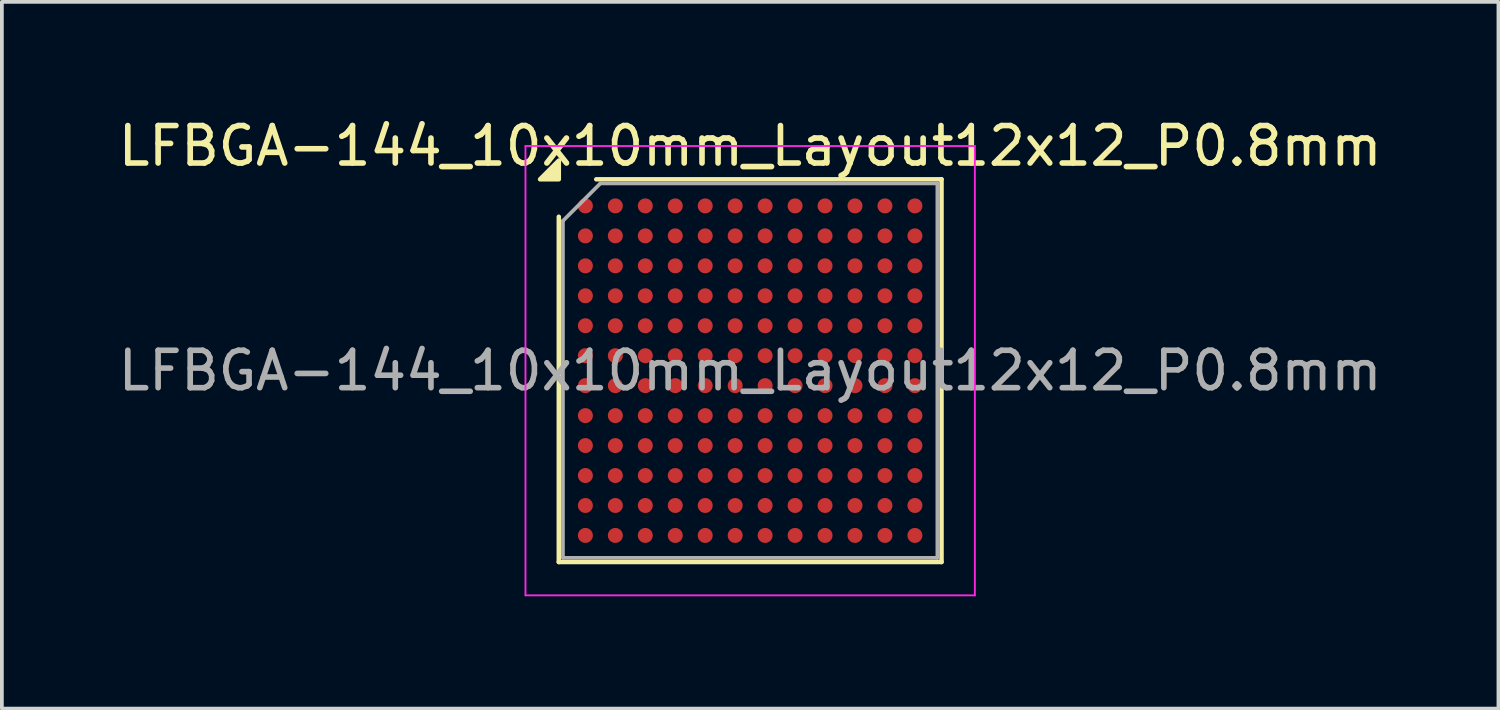
<source format=kicad_pcb>
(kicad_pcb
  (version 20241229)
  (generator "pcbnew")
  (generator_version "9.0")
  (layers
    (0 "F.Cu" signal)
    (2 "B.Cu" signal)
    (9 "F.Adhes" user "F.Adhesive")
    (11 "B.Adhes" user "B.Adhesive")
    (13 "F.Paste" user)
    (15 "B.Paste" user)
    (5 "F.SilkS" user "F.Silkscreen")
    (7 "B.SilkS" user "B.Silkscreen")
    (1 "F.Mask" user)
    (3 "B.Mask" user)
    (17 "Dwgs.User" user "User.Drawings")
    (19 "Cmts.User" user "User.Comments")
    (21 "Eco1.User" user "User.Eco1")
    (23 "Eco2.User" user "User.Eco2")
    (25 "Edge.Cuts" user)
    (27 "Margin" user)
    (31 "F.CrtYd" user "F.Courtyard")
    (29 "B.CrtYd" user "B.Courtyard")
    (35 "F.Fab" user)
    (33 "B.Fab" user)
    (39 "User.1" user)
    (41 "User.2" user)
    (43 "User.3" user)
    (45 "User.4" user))
  (footprint "LFBGA-144_10x10mm_Layout12x12_P0.8mm"
    (layer "F.Cu")
    (at 16.982 6.848)
    (property "Reference" "LFBGA-144_10x10mm_Layout12x12_P0.8mm" (at 0 -6 0) (layer "F.SilkS") (effects (font (size 1 1) (thickness 0.15))))
    (attr smd)
    (fp_line (start -5.11 5.11) (end -5.11 -4.11) (stroke (width 0.12) (type solid)) (layer "F.SilkS"))
    (fp_line (start -4.11 -5.11) (end 5.11 -5.11) (stroke (width 0.12) (type solid)) (layer "F.SilkS"))
    (fp_line (start 5.11 -5.11) (end 5.11 5.11) (stroke (width 0.12) (type solid)) (layer "F.SilkS"))
    (fp_line (start 5.11 5.11) (end -5.11 5.11) (stroke (width 0.12) (type solid)) (layer "F.SilkS"))
    (fp_poly (pts (xy -5.11 -5.11) (xy -5.61 -5.11) (xy -5.11 -5.61)) (stroke (width 0.12) (type solid)) (fill yes) (layer "F.SilkS"))
    (fp_line (start -6 -6) (end -6 6) (stroke (width 0.05) (type solid)) (layer "F.CrtYd"))
    (fp_line (start -6 6) (end 6 6) (stroke (width 0.05) (type solid)) (layer "F.CrtYd"))
    (fp_line (start 6 -6) (end -6 -6) (stroke (width 0.05) (type solid)) (layer "F.CrtYd"))
    (fp_line (start 6 6) (end 6 -6) (stroke (width 0.05) (type solid)) (layer "F.CrtYd"))
    (fp_line (start -5 -4) (end -4 -5) (stroke (width 0.1) (type solid)) (layer "F.Fab"))
    (fp_line (start -5 5) (end -5 -4) (stroke (width 0.1) (type solid)) (layer "F.Fab"))
    (fp_line (start -4 -5) (end 5 -5) (stroke (width 0.1) (type solid)) (layer "F.Fab"))
    (fp_line (start 5 -5) (end 5 5) (stroke (width 0.1) (type solid)) (layer "F.Fab"))
    (fp_line (start 5 5) (end -5 5) (stroke (width 0.1) (type solid)) (layer "F.Fab"))
    (fp_text user "${REFERENCE}" (at 0 0 0) (layer "F.Fab") (effects (font (size 1 1) (thickness 0.15))))
    (pad "A1" smd circle (at -4.4 -4.4) (size 0.4 0.4) (property pad_prop_bga) (layers "F.Cu" "F.Mask" "F.Paste"))
    (pad "A2" smd circle (at -3.6 -4.4) (size 0.4 0.4) (property pad_prop_bga) (layers "F.Cu" "F.Mask" "F.Paste"))
    (pad "A3" smd circle (at -2.8 -4.4) (size 0.4 0.4) (property pad_prop_bga) (layers "F.Cu" "F.Mask" "F.Paste"))
    (pad "A4" smd circle (at -2 -4.4) (size 0.4 0.4) (property pad_prop_bga) (layers "F.Cu" "F.Mask" "F.Paste"))
    (pad "A5" smd circle (at -1.2 -4.4) (size 0.4 0.4) (property pad_prop_bga) (layers "F.Cu" "F.Mask" "F.Paste"))
    (pad "A6" smd circle (at -0.4 -4.4) (size 0.4 0.4) (property pad_prop_bga) (layers "F.Cu" "F.Mask" "F.Paste"))
    (pad "A7" smd circle (at 0.4 -4.4) (size 0.4 0.4) (property pad_prop_bga) (layers "F.Cu" "F.Mask" "F.Paste"))
    (pad "A8" smd circle (at 1.2 -4.4) (size 0.4 0.4) (property pad_prop_bga) (layers "F.Cu" "F.Mask" "F.Paste"))
    (pad "A9" smd circle (at 2 -4.4) (size 0.4 0.4) (property pad_prop_bga) (layers "F.Cu" "F.Mask" "F.Paste"))
    (pad "A10" smd circle (at 2.8 -4.4) (size 0.4 0.4) (property pad_prop_bga) (layers "F.Cu" "F.Mask" "F.Paste"))
    (pad "A11" smd circle (at 3.6 -4.4) (size 0.4 0.4) (property pad_prop_bga) (layers "F.Cu" "F.Mask" "F.Paste"))
    (pad "A12" smd circle (at 4.4 -4.4) (size 0.4 0.4) (property pad_prop_bga) (layers "F.Cu" "F.Mask" "F.Paste"))
    (pad "B1" smd circle (at -4.4 -3.6) (size 0.4 0.4) (property pad_prop_bga) (layers "F.Cu" "F.Mask" "F.Paste"))
    (pad "B2" smd circle (at -3.6 -3.6) (size 0.4 0.4) (property pad_prop_bga) (layers "F.Cu" "F.Mask" "F.Paste"))
    (pad "B3" smd circle (at -2.8 -3.6) (size 0.4 0.4) (property pad_prop_bga) (layers "F.Cu" "F.Mask" "F.Paste"))
    (pad "B4" smd circle (at -2 -3.6) (size 0.4 0.4) (property pad_prop_bga) (layers "F.Cu" "F.Mask" "F.Paste"))
    (pad "B5" smd circle (at -1.2 -3.6) (size 0.4 0.4) (property pad_prop_bga) (layers "F.Cu" "F.Mask" "F.Paste"))
    (pad "B6" smd circle (at -0.4 -3.6) (size 0.4 0.4) (property pad_prop_bga) (layers "F.Cu" "F.Mask" "F.Paste"))
    (pad "B7" smd circle (at 0.4 -3.6) (size 0.4 0.4) (property pad_prop_bga) (layers "F.Cu" "F.Mask" "F.Paste"))
    (pad "B8" smd circle (at 1.2 -3.6) (size 0.4 0.4) (property pad_prop_bga) (layers "F.Cu" "F.Mask" "F.Paste"))
    (pad "B9" smd circle (at 2 -3.6) (size 0.4 0.4) (property pad_prop_bga) (layers "F.Cu" "F.Mask" "F.Paste"))
    (pad "B10" smd circle (at 2.8 -3.6) (size 0.4 0.4) (property pad_prop_bga) (layers "F.Cu" "F.Mask" "F.Paste"))
    (pad "B11" smd circle (at 3.6 -3.6) (size 0.4 0.4) (property pad_prop_bga) (layers "F.Cu" "F.Mask" "F.Paste"))
    (pad "B12" smd circle (at 4.4 -3.6) (size 0.4 0.4) (property pad_prop_bga) (layers "F.Cu" "F.Mask" "F.Paste"))
    (pad "C1" smd circle (at -4.4 -2.8) (size 0.4 0.4) (property pad_prop_bga) (layers "F.Cu" "F.Mask" "F.Paste"))
    (pad "C2" smd circle (at -3.6 -2.8) (size 0.4 0.4) (property pad_prop_bga) (layers "F.Cu" "F.Mask" "F.Paste"))
    (pad "C3" smd circle (at -2.8 -2.8) (size 0.4 0.4) (property pad_prop_bga) (layers "F.Cu" "F.Mask" "F.Paste"))
    (pad "C4" smd circle (at -2 -2.8) (size 0.4 0.4) (property pad_prop_bga) (layers "F.Cu" "F.Mask" "F.Paste"))
    (pad "C5" smd circle (at -1.2 -2.8) (size 0.4 0.4) (property pad_prop_bga) (layers "F.Cu" "F.Mask" "F.Paste"))
    (pad "C6" smd circle (at -0.4 -2.8) (size 0.4 0.4) (property pad_prop_bga) (layers "F.Cu" "F.Mask" "F.Paste"))
    (pad "C7" smd circle (at 0.4 -2.8) (size 0.4 0.4) (property pad_prop_bga) (layers "F.Cu" "F.Mask" "F.Paste"))
    (pad "C8" smd circle (at 1.2 -2.8) (size 0.4 0.4) (property pad_prop_bga) (layers "F.Cu" "F.Mask" "F.Paste"))
    (pad "C9" smd circle (at 2 -2.8) (size 0.4 0.4) (property pad_prop_bga) (layers "F.Cu" "F.Mask" "F.Paste"))
    (pad "C10" smd circle (at 2.8 -2.8) (size 0.4 0.4) (property pad_prop_bga) (layers "F.Cu" "F.Mask" "F.Paste"))
    (pad "C11" smd circle (at 3.6 -2.8) (size 0.4 0.4) (property pad_prop_bga) (layers "F.Cu" "F.Mask" "F.Paste"))
    (pad "C12" smd circle (at 4.4 -2.8) (size 0.4 0.4) (property pad_prop_bga) (layers "F.Cu" "F.Mask" "F.Paste"))
    (pad "D1" smd circle (at -4.4 -2) (size 0.4 0.4) (property pad_prop_bga) (layers "F.Cu" "F.Mask" "F.Paste"))
    (pad "D2" smd circle (at -3.6 -2) (size 0.4 0.4) (property pad_prop_bga) (layers "F.Cu" "F.Mask" "F.Paste"))
    (pad "D3" smd circle (at -2.8 -2) (size 0.4 0.4) (property pad_prop_bga) (layers "F.Cu" "F.Mask" "F.Paste"))
    (pad "D4" smd circle (at -2 -2) (size 0.4 0.4) (property pad_prop_bga) (layers "F.Cu" "F.Mask" "F.Paste"))
    (pad "D5" smd circle (at -1.2 -2) (size 0.4 0.4) (property pad_prop_bga) (layers "F.Cu" "F.Mask" "F.Paste"))
    (pad "D6" smd circle (at -0.4 -2) (size 0.4 0.4) (property pad_prop_bga) (layers "F.Cu" "F.Mask" "F.Paste"))
    (pad "D7" smd circle (at 0.4 -2) (size 0.4 0.4) (property pad_prop_bga) (layers "F.Cu" "F.Mask" "F.Paste"))
    (pad "D8" smd circle (at 1.2 -2) (size 0.4 0.4) (property pad_prop_bga) (layers "F.Cu" "F.Mask" "F.Paste"))
    (pad "D9" smd circle (at 2 -2) (size 0.4 0.4) (property pad_prop_bga) (layers "F.Cu" "F.Mask" "F.Paste"))
    (pad "D10" smd circle (at 2.8 -2) (size 0.4 0.4) (property pad_prop_bga) (layers "F.Cu" "F.Mask" "F.Paste"))
    (pad "D11" smd circle (at 3.6 -2) (size 0.4 0.4) (property pad_prop_bga) (layers "F.Cu" "F.Mask" "F.Paste"))
    (pad "D12" smd circle (at 4.4 -2) (size 0.4 0.4) (property pad_prop_bga) (layers "F.Cu" "F.Mask" "F.Paste"))
    (pad "E1" smd circle (at -4.4 -1.2) (size 0.4 0.4) (property pad_prop_bga) (layers "F.Cu" "F.Mask" "F.Paste"))
    (pad "E2" smd circle (at -3.6 -1.2) (size 0.4 0.4) (property pad_prop_bga) (layers "F.Cu" "F.Mask" "F.Paste"))
    (pad "E3" smd circle (at -2.8 -1.2) (size 0.4 0.4) (property pad_prop_bga) (layers "F.Cu" "F.Mask" "F.Paste"))
    (pad "E4" smd circle (at -2 -1.2) (size 0.4 0.4) (property pad_prop_bga) (layers "F.Cu" "F.Mask" "F.Paste"))
    (pad "E5" smd circle (at -1.2 -1.2) (size 0.4 0.4) (property pad_prop_bga) (layers "F.Cu" "F.Mask" "F.Paste"))
    (pad "E6" smd circle (at -0.4 -1.2) (size 0.4 0.4) (property pad_prop_bga) (layers "F.Cu" "F.Mask" "F.Paste"))
    (pad "E7" smd circle (at 0.4 -1.2) (size 0.4 0.4) (property pad_prop_bga) (layers "F.Cu" "F.Mask" "F.Paste"))
    (pad "E8" smd circle (at 1.2 -1.2) (size 0.4 0.4) (property pad_prop_bga) (layers "F.Cu" "F.Mask" "F.Paste"))
    (pad "E9" smd circle (at 2 -1.2) (size 0.4 0.4) (property pad_prop_bga) (layers "F.Cu" "F.Mask" "F.Paste"))
    (pad "E10" smd circle (at 2.8 -1.2) (size 0.4 0.4) (property pad_prop_bga) (layers "F.Cu" "F.Mask" "F.Paste"))
    (pad "E11" smd circle (at 3.6 -1.2) (size 0.4 0.4) (property pad_prop_bga) (layers "F.Cu" "F.Mask" "F.Paste"))
    (pad "E12" smd circle (at 4.4 -1.2) (size 0.4 0.4) (property pad_prop_bga) (layers "F.Cu" "F.Mask" "F.Paste"))
    (pad "F1" smd circle (at -4.4 -0.4) (size 0.4 0.4) (property pad_prop_bga) (layers "F.Cu" "F.Mask" "F.Paste"))
    (pad "F2" smd circle (at -3.6 -0.4) (size 0.4 0.4) (property pad_prop_bga) (layers "F.Cu" "F.Mask" "F.Paste"))
    (pad "F3" smd circle (at -2.8 -0.4) (size 0.4 0.4) (property pad_prop_bga) (layers "F.Cu" "F.Mask" "F.Paste"))
    (pad "F4" smd circle (at -2 -0.4) (size 0.4 0.4) (property pad_prop_bga) (layers "F.Cu" "F.Mask" "F.Paste"))
    (pad "F5" smd circle (at -1.2 -0.4) (size 0.4 0.4) (property pad_prop_bga) (layers "F.Cu" "F.Mask" "F.Paste"))
    (pad "F6" smd circle (at -0.4 -0.4) (size 0.4 0.4) (property pad_prop_bga) (layers "F.Cu" "F.Mask" "F.Paste"))
    (pad "F7" smd circle (at 0.4 -0.4) (size 0.4 0.4) (property pad_prop_bga) (layers "F.Cu" "F.Mask" "F.Paste"))
    (pad "F8" smd circle (at 1.2 -0.4) (size 0.4 0.4) (property pad_prop_bga) (layers "F.Cu" "F.Mask" "F.Paste"))
    (pad "F9" smd circle (at 2 -0.4) (size 0.4 0.4) (property pad_prop_bga) (layers "F.Cu" "F.Mask" "F.Paste"))
    (pad "F10" smd circle (at 2.8 -0.4) (size 0.4 0.4) (property pad_prop_bga) (layers "F.Cu" "F.Mask" "F.Paste"))
    (pad "F11" smd circle (at 3.6 -0.4) (size 0.4 0.4) (property pad_prop_bga) (layers "F.Cu" "F.Mask" "F.Paste"))
    (pad "F12" smd circle (at 4.4 -0.4) (size 0.4 0.4) (property pad_prop_bga) (layers "F.Cu" "F.Mask" "F.Paste"))
    (pad "G1" smd circle (at -4.4 0.4) (size 0.4 0.4) (property pad_prop_bga) (layers "F.Cu" "F.Mask" "F.Paste"))
    (pad "G2" smd circle (at -3.6 0.4) (size 0.4 0.4) (property pad_prop_bga) (layers "F.Cu" "F.Mask" "F.Paste"))
    (pad "G3" smd circle (at -2.8 0.4) (size 0.4 0.4) (property pad_prop_bga) (layers "F.Cu" "F.Mask" "F.Paste"))
    (pad "G4" smd circle (at -2 0.4) (size 0.4 0.4) (property pad_prop_bga) (layers "F.Cu" "F.Mask" "F.Paste"))
    (pad "G5" smd circle (at -1.2 0.4) (size 0.4 0.4) (property pad_prop_bga) (layers "F.Cu" "F.Mask" "F.Paste"))
    (pad "G6" smd circle (at -0.4 0.4) (size 0.4 0.4) (property pad_prop_bga) (layers "F.Cu" "F.Mask" "F.Paste"))
    (pad "G7" smd circle (at 0.4 0.4) (size 0.4 0.4) (property pad_prop_bga) (layers "F.Cu" "F.Mask" "F.Paste"))
    (pad "G8" smd circle (at 1.2 0.4) (size 0.4 0.4) (property pad_prop_bga) (layers "F.Cu" "F.Mask" "F.Paste"))
    (pad "G9" smd circle (at 2 0.4) (size 0.4 0.4) (property pad_prop_bga) (layers "F.Cu" "F.Mask" "F.Paste"))
    (pad "G10" smd circle (at 2.8 0.4) (size 0.4 0.4) (property pad_prop_bga) (layers "F.Cu" "F.Mask" "F.Paste"))
    (pad "G11" smd circle (at 3.6 0.4) (size 0.4 0.4) (property pad_prop_bga) (layers "F.Cu" "F.Mask" "F.Paste"))
    (pad "G12" smd circle (at 4.4 0.4) (size 0.4 0.4) (property pad_prop_bga) (layers "F.Cu" "F.Mask" "F.Paste"))
    (pad "H1" smd circle (at -4.4 1.2) (size 0.4 0.4) (property pad_prop_bga) (layers "F.Cu" "F.Mask" "F.Paste"))
    (pad "H2" smd circle (at -3.6 1.2) (size 0.4 0.4) (property pad_prop_bga) (layers "F.Cu" "F.Mask" "F.Paste"))
    (pad "H3" smd circle (at -2.8 1.2) (size 0.4 0.4) (property pad_prop_bga) (layers "F.Cu" "F.Mask" "F.Paste"))
    (pad "H4" smd circle (at -2 1.2) (size 0.4 0.4) (property pad_prop_bga) (layers "F.Cu" "F.Mask" "F.Paste"))
    (pad "H5" smd circle (at -1.2 1.2) (size 0.4 0.4) (property pad_prop_bga) (layers "F.Cu" "F.Mask" "F.Paste"))
    (pad "H6" smd circle (at -0.4 1.2) (size 0.4 0.4) (property pad_prop_bga) (layers "F.Cu" "F.Mask" "F.Paste"))
    (pad "H7" smd circle (at 0.4 1.2) (size 0.4 0.4) (property pad_prop_bga) (layers "F.Cu" "F.Mask" "F.Paste"))
    (pad "H8" smd circle (at 1.2 1.2) (size 0.4 0.4) (property pad_prop_bga) (layers "F.Cu" "F.Mask" "F.Paste"))
    (pad "H9" smd circle (at 2 1.2) (size 0.4 0.4) (property pad_prop_bga) (layers "F.Cu" "F.Mask" "F.Paste"))
    (pad "H10" smd circle (at 2.8 1.2) (size 0.4 0.4) (property pad_prop_bga) (layers "F.Cu" "F.Mask" "F.Paste"))
    (pad "H11" smd circle (at 3.6 1.2) (size 0.4 0.4) (property pad_prop_bga) (layers "F.Cu" "F.Mask" "F.Paste"))
    (pad "H12" smd circle (at 4.4 1.2) (size 0.4 0.4) (property pad_prop_bga) (layers "F.Cu" "F.Mask" "F.Paste"))
    (pad "J1" smd circle (at -4.4 2) (size 0.4 0.4) (property pad_prop_bga) (layers "F.Cu" "F.Mask" "F.Paste"))
    (pad "J2" smd circle (at -3.6 2) (size 0.4 0.4) (property pad_prop_bga) (layers "F.Cu" "F.Mask" "F.Paste"))
    (pad "J3" smd circle (at -2.8 2) (size 0.4 0.4) (property pad_prop_bga) (layers "F.Cu" "F.Mask" "F.Paste"))
    (pad "J4" smd circle (at -2 2) (size 0.4 0.4) (property pad_prop_bga) (layers "F.Cu" "F.Mask" "F.Paste"))
    (pad "J5" smd circle (at -1.2 2) (size 0.4 0.4) (property pad_prop_bga) (layers "F.Cu" "F.Mask" "F.Paste"))
    (pad "J6" smd circle (at -0.4 2) (size 0.4 0.4) (property pad_prop_bga) (layers "F.Cu" "F.Mask" "F.Paste"))
    (pad "J7" smd circle (at 0.4 2) (size 0.4 0.4) (property pad_prop_bga) (layers "F.Cu" "F.Mask" "F.Paste"))
    (pad "J8" smd circle (at 1.2 2) (size 0.4 0.4) (property pad_prop_bga) (layers "F.Cu" "F.Mask" "F.Paste"))
    (pad "J9" smd circle (at 2 2) (size 0.4 0.4) (property pad_prop_bga) (layers "F.Cu" "F.Mask" "F.Paste"))
    (pad "J10" smd circle (at 2.8 2) (size 0.4 0.4) (property pad_prop_bga) (layers "F.Cu" "F.Mask" "F.Paste"))
    (pad "J11" smd circle (at 3.6 2) (size 0.4 0.4) (property pad_prop_bga) (layers "F.Cu" "F.Mask" "F.Paste"))
    (pad "J12" smd circle (at 4.4 2) (size 0.4 0.4) (property pad_prop_bga) (layers "F.Cu" "F.Mask" "F.Paste"))
    (pad "K1" smd circle (at -4.4 2.8) (size 0.4 0.4) (property pad_prop_bga) (layers "F.Cu" "F.Mask" "F.Paste"))
    (pad "K2" smd circle (at -3.6 2.8) (size 0.4 0.4) (property pad_prop_bga) (layers "F.Cu" "F.Mask" "F.Paste"))
    (pad "K3" smd circle (at -2.8 2.8) (size 0.4 0.4) (property pad_prop_bga) (layers "F.Cu" "F.Mask" "F.Paste"))
    (pad "K4" smd circle (at -2 2.8) (size 0.4 0.4) (property pad_prop_bga) (layers "F.Cu" "F.Mask" "F.Paste"))
    (pad "K5" smd circle (at -1.2 2.8) (size 0.4 0.4) (property pad_prop_bga) (layers "F.Cu" "F.Mask" "F.Paste"))
    (pad "K6" smd circle (at -0.4 2.8) (size 0.4 0.4) (property pad_prop_bga) (layers "F.Cu" "F.Mask" "F.Paste"))
    (pad "K7" smd circle (at 0.4 2.8) (size 0.4 0.4) (property pad_prop_bga) (layers "F.Cu" "F.Mask" "F.Paste"))
    (pad "K8" smd circle (at 1.2 2.8) (size 0.4 0.4) (property pad_prop_bga) (layers "F.Cu" "F.Mask" "F.Paste"))
    (pad "K9" smd circle (at 2 2.8) (size 0.4 0.4) (property pad_prop_bga) (layers "F.Cu" "F.Mask" "F.Paste"))
    (pad "K10" smd circle (at 2.8 2.8) (size 0.4 0.4) (property pad_prop_bga) (layers "F.Cu" "F.Mask" "F.Paste"))
    (pad "K11" smd circle (at 3.6 2.8) (size 0.4 0.4) (property pad_prop_bga) (layers "F.Cu" "F.Mask" "F.Paste"))
    (pad "K12" smd circle (at 4.4 2.8) (size 0.4 0.4) (property pad_prop_bga) (layers "F.Cu" "F.Mask" "F.Paste"))
    (pad "L1" smd circle (at -4.4 3.6) (size 0.4 0.4) (property pad_prop_bga) (layers "F.Cu" "F.Mask" "F.Paste"))
    (pad "L2" smd circle (at -3.6 3.6) (size 0.4 0.4) (property pad_prop_bga) (layers "F.Cu" "F.Mask" "F.Paste"))
    (pad "L3" smd circle (at -2.8 3.6) (size 0.4 0.4) (property pad_prop_bga) (layers "F.Cu" "F.Mask" "F.Paste"))
    (pad "L4" smd circle (at -2 3.6) (size 0.4 0.4) (property pad_prop_bga) (layers "F.Cu" "F.Mask" "F.Paste"))
    (pad "L5" smd circle (at -1.2 3.6) (size 0.4 0.4) (property pad_prop_bga) (layers "F.Cu" "F.Mask" "F.Paste"))
    (pad "L6" smd circle (at -0.4 3.6) (size 0.4 0.4) (property pad_prop_bga) (layers "F.Cu" "F.Mask" "F.Paste"))
    (pad "L7" smd circle (at 0.4 3.6) (size 0.4 0.4) (property pad_prop_bga) (layers "F.Cu" "F.Mask" "F.Paste"))
    (pad "L8" smd circle (at 1.2 3.6) (size 0.4 0.4) (property pad_prop_bga) (layers "F.Cu" "F.Mask" "F.Paste"))
    (pad "L9" smd circle (at 2 3.6) (size 0.4 0.4) (property pad_prop_bga) (layers "F.Cu" "F.Mask" "F.Paste"))
    (pad "L10" smd circle (at 2.8 3.6) (size 0.4 0.4) (property pad_prop_bga) (layers "F.Cu" "F.Mask" "F.Paste"))
    (pad "L11" smd circle (at 3.6 3.6) (size 0.4 0.4) (property pad_prop_bga) (layers "F.Cu" "F.Mask" "F.Paste"))
    (pad "L12" smd circle (at 4.4 3.6) (size 0.4 0.4) (property pad_prop_bga) (layers "F.Cu" "F.Mask" "F.Paste"))
    (pad "M1" smd circle (at -4.4 4.4) (size 0.4 0.4) (property pad_prop_bga) (layers "F.Cu" "F.Mask" "F.Paste"))
    (pad "M2" smd circle (at -3.6 4.4) (size 0.4 0.4) (property pad_prop_bga) (layers "F.Cu" "F.Mask" "F.Paste"))
    (pad "M3" smd circle (at -2.8 4.4) (size 0.4 0.4) (property pad_prop_bga) (layers "F.Cu" "F.Mask" "F.Paste"))
    (pad "M4" smd circle (at -2 4.4) (size 0.4 0.4) (property pad_prop_bga) (layers "F.Cu" "F.Mask" "F.Paste"))
    (pad "M5" smd circle (at -1.2 4.4) (size 0.4 0.4) (property pad_prop_bga) (layers "F.Cu" "F.Mask" "F.Paste"))
    (pad "M6" smd circle (at -0.4 4.4) (size 0.4 0.4) (property pad_prop_bga) (layers "F.Cu" "F.Mask" "F.Paste"))
    (pad "M7" smd circle (at 0.4 4.4) (size 0.4 0.4) (property pad_prop_bga) (layers "F.Cu" "F.Mask" "F.Paste"))
    (pad "M8" smd circle (at 1.2 4.4) (size 0.4 0.4) (property pad_prop_bga) (layers "F.Cu" "F.Mask" "F.Paste"))
    (pad "M9" smd circle (at 2 4.4) (size 0.4 0.4) (property pad_prop_bga) (layers "F.Cu" "F.Mask" "F.Paste"))
    (pad "M10" smd circle (at 2.8 4.4) (size 0.4 0.4) (property pad_prop_bga) (layers "F.Cu" "F.Mask" "F.Paste"))
    (pad "M11" smd circle (at 3.6 4.4) (size 0.4 0.4) (property pad_prop_bga) (layers "F.Cu" "F.Mask" "F.Paste"))
    (pad "M12" smd circle (at 4.4 4.4) (size 0.4 0.4) (property pad_prop_bga) (layers "F.Cu" "F.Mask" "F.Paste")))
  (gr_rect
    (start -3 -3)
    (end 36.964 15.873)
    (stroke (width 0.1) (type default))
    (fill no)
    (layer "Edge.Cuts")))
</source>
